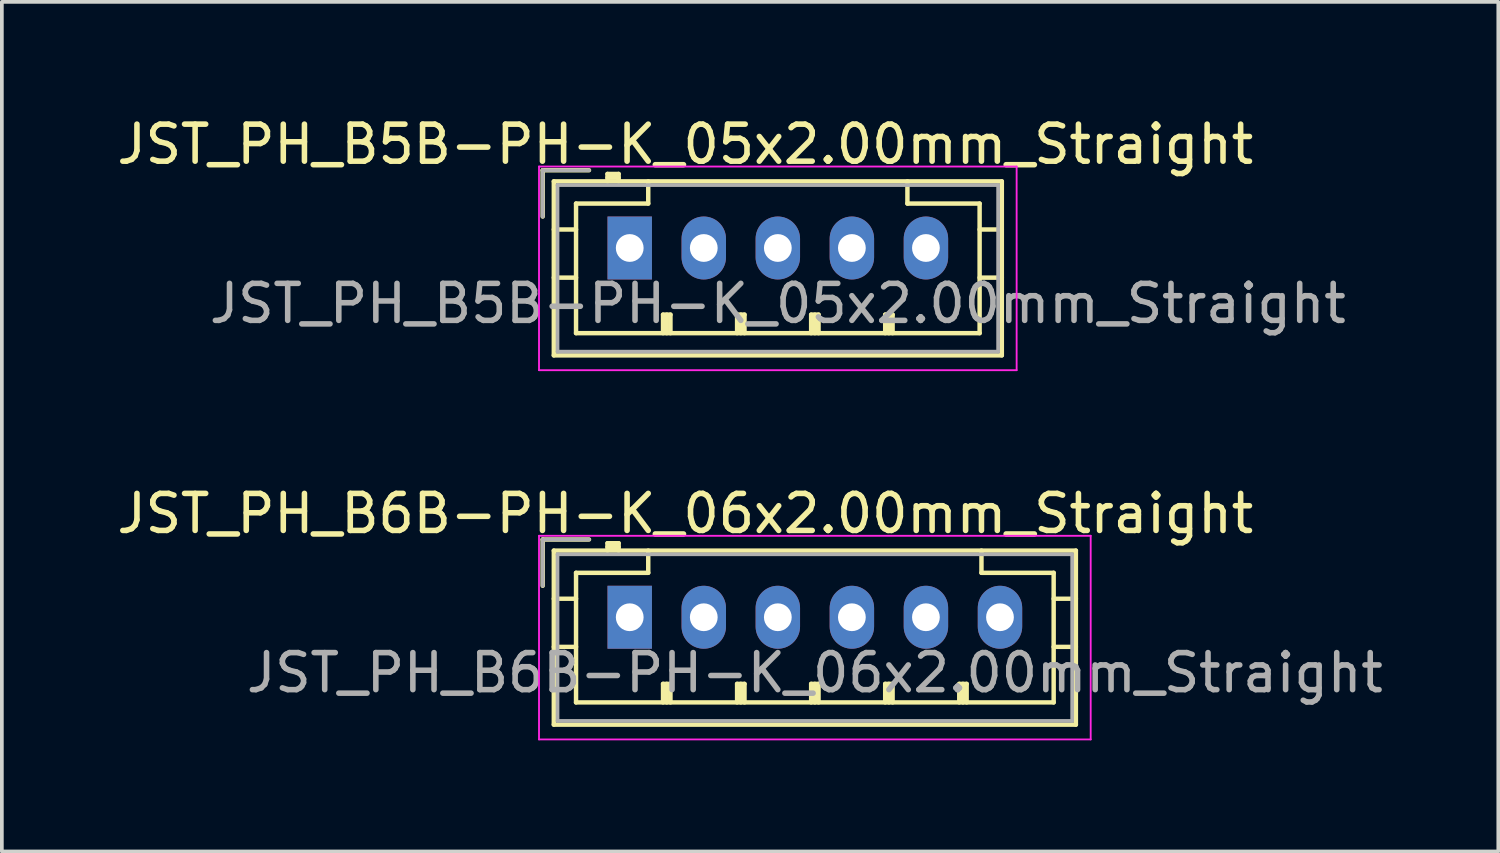
<source format=kicad_pcb>
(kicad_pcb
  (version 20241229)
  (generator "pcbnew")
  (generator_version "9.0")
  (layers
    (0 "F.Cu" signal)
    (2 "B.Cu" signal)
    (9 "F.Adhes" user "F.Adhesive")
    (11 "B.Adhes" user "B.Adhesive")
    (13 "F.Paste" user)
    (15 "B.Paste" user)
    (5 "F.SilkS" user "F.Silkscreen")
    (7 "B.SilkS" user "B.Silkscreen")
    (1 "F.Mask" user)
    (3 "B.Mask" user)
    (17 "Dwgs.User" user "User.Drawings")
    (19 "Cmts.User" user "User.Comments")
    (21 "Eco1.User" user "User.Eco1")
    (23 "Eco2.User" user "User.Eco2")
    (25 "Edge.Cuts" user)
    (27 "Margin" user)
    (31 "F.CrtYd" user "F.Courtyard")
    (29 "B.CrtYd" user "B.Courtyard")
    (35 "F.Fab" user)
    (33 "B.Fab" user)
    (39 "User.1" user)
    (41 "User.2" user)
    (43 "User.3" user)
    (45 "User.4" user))
  (footprint "JST_PH_B6B-PH-K_06x2.00mm_Straight"
    (layer "F.Cu")
    (at 13.958 13.621)
    (property "Reference" "JST_PH_B6B-PH-K_06x2.00mm_Straight" (at 1.5 -2.8 0) (layer "F.SilkS") (effects (font (size 1 1) (thickness 0.15))))
    (attr through_hole)
    (fp_line (start -2.35 -2.1) (end -2.35 -0.85) (stroke (width 0.12) (type solid)) (layer "F.SilkS"))
    (fp_line (start -2.05 -1.8) (end -2.05 2.9) (stroke (width 0.12) (type solid)) (layer "F.SilkS"))
    (fp_line (start -2.05 -0.5) (end -1.45 -0.5) (stroke (width 0.12) (type solid)) (layer "F.SilkS"))
    (fp_line (start -2.05 0.8) (end -1.45 0.8) (stroke (width 0.12) (type solid)) (layer "F.SilkS"))
    (fp_line (start -2.05 2.9) (end 12.05 2.9) (stroke (width 0.12) (type solid)) (layer "F.SilkS"))
    (fp_line (start -1.45 -1.2) (end -1.45 2.3) (stroke (width 0.12) (type solid)) (layer "F.SilkS"))
    (fp_line (start -1.45 2.3) (end 11.45 2.3) (stroke (width 0.12) (type solid)) (layer "F.SilkS"))
    (fp_line (start -1.1 -2.1) (end -2.35 -2.1) (stroke (width 0.12) (type solid)) (layer "F.SilkS"))
    (fp_line (start -0.6 -2) (end -0.6 -1.8) (stroke (width 0.12) (type solid)) (layer "F.SilkS"))
    (fp_line (start -0.3 -2) (end -0.6 -2) (stroke (width 0.12) (type solid)) (layer "F.SilkS"))
    (fp_line (start -0.3 -1.9) (end -0.6 -1.9) (stroke (width 0.12) (type solid)) (layer "F.SilkS"))
    (fp_line (start -0.3 -1.8) (end -0.3 -2) (stroke (width 0.12) (type solid)) (layer "F.SilkS"))
    (fp_line (start 0.5 -1.8) (end 0.5 -1.2) (stroke (width 0.12) (type solid)) (layer "F.SilkS"))
    (fp_line (start 0.5 -1.2) (end -1.45 -1.2) (stroke (width 0.12) (type solid)) (layer "F.SilkS"))
    (fp_line (start 0.9 1.8) (end 1.1 1.8) (stroke (width 0.12) (type solid)) (layer "F.SilkS"))
    (fp_line (start 0.9 2.3) (end 0.9 1.8) (stroke (width 0.12) (type solid)) (layer "F.SilkS"))
    (fp_line (start 1 2.3) (end 1 1.8) (stroke (width 0.12) (type solid)) (layer "F.SilkS"))
    (fp_line (start 1.1 1.8) (end 1.1 2.3) (stroke (width 0.12) (type solid)) (layer "F.SilkS"))
    (fp_line (start 2.9 1.8) (end 3.1 1.8) (stroke (width 0.12) (type solid)) (layer "F.SilkS"))
    (fp_line (start 2.9 2.3) (end 2.9 1.8) (stroke (width 0.12) (type solid)) (layer "F.SilkS"))
    (fp_line (start 3 2.3) (end 3 1.8) (stroke (width 0.12) (type solid)) (layer "F.SilkS"))
    (fp_line (start 3.1 1.8) (end 3.1 2.3) (stroke (width 0.12) (type solid)) (layer "F.SilkS"))
    (fp_line (start 4.9 1.8) (end 5.1 1.8) (stroke (width 0.12) (type solid)) (layer "F.SilkS"))
    (fp_line (start 4.9 2.3) (end 4.9 1.8) (stroke (width 0.12) (type solid)) (layer "F.SilkS"))
    (fp_line (start 5 2.3) (end 5 1.8) (stroke (width 0.12) (type solid)) (layer "F.SilkS"))
    (fp_line (start 5.1 1.8) (end 5.1 2.3) (stroke (width 0.12) (type solid)) (layer "F.SilkS"))
    (fp_line (start 6.9 1.8) (end 7.1 1.8) (stroke (width 0.12) (type solid)) (layer "F.SilkS"))
    (fp_line (start 6.9 2.3) (end 6.9 1.8) (stroke (width 0.12) (type solid)) (layer "F.SilkS"))
    (fp_line (start 7 2.3) (end 7 1.8) (stroke (width 0.12) (type solid)) (layer "F.SilkS"))
    (fp_line (start 7.1 1.8) (end 7.1 2.3) (stroke (width 0.12) (type solid)) (layer "F.SilkS"))
    (fp_line (start 8.9 1.8) (end 9.1 1.8) (stroke (width 0.12) (type solid)) (layer "F.SilkS"))
    (fp_line (start 8.9 2.3) (end 8.9 1.8) (stroke (width 0.12) (type solid)) (layer "F.SilkS"))
    (fp_line (start 9 2.3) (end 9 1.8) (stroke (width 0.12) (type solid)) (layer "F.SilkS"))
    (fp_line (start 9.1 1.8) (end 9.1 2.3) (stroke (width 0.12) (type solid)) (layer "F.SilkS"))
    (fp_line (start 9.5 -1.2) (end 9.5 -1.8) (stroke (width 0.12) (type solid)) (layer "F.SilkS"))
    (fp_line (start 11.45 -1.2) (end 9.5 -1.2) (stroke (width 0.12) (type solid)) (layer "F.SilkS"))
    (fp_line (start 11.45 2.3) (end 11.45 -1.2) (stroke (width 0.12) (type solid)) (layer "F.SilkS"))
    (fp_line (start 12.05 -1.8) (end -2.05 -1.8) (stroke (width 0.12) (type solid)) (layer "F.SilkS"))
    (fp_line (start 12.05 -0.5) (end 11.45 -0.5) (stroke (width 0.12) (type solid)) (layer "F.SilkS"))
    (fp_line (start 12.05 0.8) (end 11.45 0.8) (stroke (width 0.12) (type solid)) (layer "F.SilkS"))
    (fp_line (start 12.05 2.9) (end 12.05 -1.8) (stroke (width 0.12) (type solid)) (layer "F.SilkS"))
    (fp_line (start -2.45 -2.2) (end -2.45 3.3) (stroke (width 0.05) (type solid)) (layer "F.CrtYd"))
    (fp_line (start -2.45 3.3) (end 12.45 3.3) (stroke (width 0.05) (type solid)) (layer "F.CrtYd"))
    (fp_line (start 12.45 -2.2) (end -2.45 -2.2) (stroke (width 0.05) (type solid)) (layer "F.CrtYd"))
    (fp_line (start 12.45 3.3) (end 12.45 -2.2) (stroke (width 0.05) (type solid)) (layer "F.CrtYd"))
    (fp_line (start -2.35 -2.1) (end -2.35 -0.85) (stroke (width 0.1) (type solid)) (layer "F.Fab"))
    (fp_line (start -1.95 -1.7) (end -1.95 2.8) (stroke (width 0.1) (type solid)) (layer "F.Fab"))
    (fp_line (start -1.95 2.8) (end 11.95 2.8) (stroke (width 0.1) (type solid)) (layer "F.Fab"))
    (fp_line (start -1.1 -2.1) (end -2.35 -2.1) (stroke (width 0.1) (type solid)) (layer "F.Fab"))
    (fp_line (start 11.95 -1.7) (end -1.95 -1.7) (stroke (width 0.1) (type solid)) (layer "F.Fab"))
    (fp_line (start 11.95 2.8) (end 11.95 -1.7) (stroke (width 0.1) (type solid)) (layer "F.Fab"))
    (fp_text user "${REFERENCE}" (at 5 1.5 0) (layer "F.Fab") (effects (font (size 1 1) (thickness 0.15))))
    (pad "1" thru_hole rect (at 0 0) (size 1.2 1.7) (drill 0.75) (layers "*.Cu" "*.Mask"))
    (pad "2" thru_hole oval (at 2 0) (size 1.2 1.7) (drill 0.75) (layers "*.Cu" "*.Mask"))
    (pad "3" thru_hole oval (at 4 0) (size 1.2 1.7) (drill 0.75) (layers "*.Cu" "*.Mask"))
    (pad "4" thru_hole oval (at 6 0) (size 1.2 1.7) (drill 0.75) (layers "*.Cu" "*.Mask"))
    (pad "5" thru_hole oval (at 8 0) (size 1.2 1.7) (drill 0.75) (layers "*.Cu" "*.Mask"))
    (pad "6" thru_hole oval (at 10 0) (size 1.2 1.7) (drill 0.75) (layers "*.Cu" "*.Mask")))
  (footprint "JST_PH_B5B-PH-K_05x2.00mm_Straight"
    (layer "F.Cu")
    (at 13.958 3.648)
    (property "Reference" "JST_PH_B5B-PH-K_05x2.00mm_Straight" (at 1.5 -2.8 0) (layer "F.SilkS") (effects (font (size 1 1) (thickness 0.15))))
    (attr through_hole)
    (fp_line (start -2.35 -2.1) (end -2.35 -0.85) (stroke (width 0.12) (type solid)) (layer "F.SilkS"))
    (fp_line (start -2.05 -1.8) (end -2.05 2.9) (stroke (width 0.12) (type solid)) (layer "F.SilkS"))
    (fp_line (start -2.05 -0.5) (end -1.45 -0.5) (stroke (width 0.12) (type solid)) (layer "F.SilkS"))
    (fp_line (start -2.05 0.8) (end -1.45 0.8) (stroke (width 0.12) (type solid)) (layer "F.SilkS"))
    (fp_line (start -2.05 2.9) (end 10.05 2.9) (stroke (width 0.12) (type solid)) (layer "F.SilkS"))
    (fp_line (start -1.45 -1.2) (end -1.45 2.3) (stroke (width 0.12) (type solid)) (layer "F.SilkS"))
    (fp_line (start -1.45 2.3) (end 9.45 2.3) (stroke (width 0.12) (type solid)) (layer "F.SilkS"))
    (fp_line (start -1.1 -2.1) (end -2.35 -2.1) (stroke (width 0.12) (type solid)) (layer "F.SilkS"))
    (fp_line (start -0.6 -2) (end -0.6 -1.8) (stroke (width 0.12) (type solid)) (layer "F.SilkS"))
    (fp_line (start -0.3 -2) (end -0.6 -2) (stroke (width 0.12) (type solid)) (layer "F.SilkS"))
    (fp_line (start -0.3 -1.9) (end -0.6 -1.9) (stroke (width 0.12) (type solid)) (layer "F.SilkS"))
    (fp_line (start -0.3 -1.8) (end -0.3 -2) (stroke (width 0.12) (type solid)) (layer "F.SilkS"))
    (fp_line (start 0.5 -1.8) (end 0.5 -1.2) (stroke (width 0.12) (type solid)) (layer "F.SilkS"))
    (fp_line (start 0.5 -1.2) (end -1.45 -1.2) (stroke (width 0.12) (type solid)) (layer "F.SilkS"))
    (fp_line (start 0.9 1.8) (end 1.1 1.8) (stroke (width 0.12) (type solid)) (layer "F.SilkS"))
    (fp_line (start 0.9 2.3) (end 0.9 1.8) (stroke (width 0.12) (type solid)) (layer "F.SilkS"))
    (fp_line (start 1 2.3) (end 1 1.8) (stroke (width 0.12) (type solid)) (layer "F.SilkS"))
    (fp_line (start 1.1 1.8) (end 1.1 2.3) (stroke (width 0.12) (type solid)) (layer "F.SilkS"))
    (fp_line (start 2.9 1.8) (end 3.1 1.8) (stroke (width 0.12) (type solid)) (layer "F.SilkS"))
    (fp_line (start 2.9 2.3) (end 2.9 1.8) (stroke (width 0.12) (type solid)) (layer "F.SilkS"))
    (fp_line (start 3 2.3) (end 3 1.8) (stroke (width 0.12) (type solid)) (layer "F.SilkS"))
    (fp_line (start 3.1 1.8) (end 3.1 2.3) (stroke (width 0.12) (type solid)) (layer "F.SilkS"))
    (fp_line (start 4.9 1.8) (end 5.1 1.8) (stroke (width 0.12) (type solid)) (layer "F.SilkS"))
    (fp_line (start 4.9 2.3) (end 4.9 1.8) (stroke (width 0.12) (type solid)) (layer "F.SilkS"))
    (fp_line (start 5 2.3) (end 5 1.8) (stroke (width 0.12) (type solid)) (layer "F.SilkS"))
    (fp_line (start 5.1 1.8) (end 5.1 2.3) (stroke (width 0.12) (type solid)) (layer "F.SilkS"))
    (fp_line (start 6.9 1.8) (end 7.1 1.8) (stroke (width 0.12) (type solid)) (layer "F.SilkS"))
    (fp_line (start 6.9 2.3) (end 6.9 1.8) (stroke (width 0.12) (type solid)) (layer "F.SilkS"))
    (fp_line (start 7 2.3) (end 7 1.8) (stroke (width 0.12) (type solid)) (layer "F.SilkS"))
    (fp_line (start 7.1 1.8) (end 7.1 2.3) (stroke (width 0.12) (type solid)) (layer "F.SilkS"))
    (fp_line (start 7.5 -1.2) (end 7.5 -1.8) (stroke (width 0.12) (type solid)) (layer "F.SilkS"))
    (fp_line (start 9.45 -1.2) (end 7.5 -1.2) (stroke (width 0.12) (type solid)) (layer "F.SilkS"))
    (fp_line (start 9.45 2.3) (end 9.45 -1.2) (stroke (width 0.12) (type solid)) (layer "F.SilkS"))
    (fp_line (start 10.05 -1.8) (end -2.05 -1.8) (stroke (width 0.12) (type solid)) (layer "F.SilkS"))
    (fp_line (start 10.05 -0.5) (end 9.45 -0.5) (stroke (width 0.12) (type solid)) (layer "F.SilkS"))
    (fp_line (start 10.05 0.8) (end 9.45 0.8) (stroke (width 0.12) (type solid)) (layer "F.SilkS"))
    (fp_line (start 10.05 2.9) (end 10.05 -1.8) (stroke (width 0.12) (type solid)) (layer "F.SilkS"))
    (fp_line (start -2.45 -2.2) (end -2.45 3.3) (stroke (width 0.05) (type solid)) (layer "F.CrtYd"))
    (fp_line (start -2.45 3.3) (end 10.45 3.3) (stroke (width 0.05) (type solid)) (layer "F.CrtYd"))
    (fp_line (start 10.45 -2.2) (end -2.45 -2.2) (stroke (width 0.05) (type solid)) (layer "F.CrtYd"))
    (fp_line (start 10.45 3.3) (end 10.45 -2.2) (stroke (width 0.05) (type solid)) (layer "F.CrtYd"))
    (fp_line (start -2.35 -2.1) (end -2.35 -0.85) (stroke (width 0.1) (type solid)) (layer "F.Fab"))
    (fp_line (start -1.95 -1.7) (end -1.95 2.8) (stroke (width 0.1) (type solid)) (layer "F.Fab"))
    (fp_line (start -1.95 2.8) (end 9.95 2.8) (stroke (width 0.1) (type solid)) (layer "F.Fab"))
    (fp_line (start -1.1 -2.1) (end -2.35 -2.1) (stroke (width 0.1) (type solid)) (layer "F.Fab"))
    (fp_line (start 9.95 -1.7) (end -1.95 -1.7) (stroke (width 0.1) (type solid)) (layer "F.Fab"))
    (fp_line (start 9.95 2.8) (end 9.95 -1.7) (stroke (width 0.1) (type solid)) (layer "F.Fab"))
    (fp_text user "${REFERENCE}" (at 4 1.5 0) (layer "F.Fab") (effects (font (size 1 1) (thickness 0.15))))
    (pad "1" thru_hole rect (at 0 0) (size 1.2 1.7) (drill 0.75) (layers "*.Cu" "*.Mask"))
    (pad "2" thru_hole oval (at 2 0) (size 1.2 1.7) (drill 0.75) (layers "*.Cu" "*.Mask"))
    (pad "3" thru_hole oval (at 4 0) (size 1.2 1.7) (drill 0.75) (layers "*.Cu" "*.Mask"))
    (pad "4" thru_hole oval (at 6 0) (size 1.2 1.7) (drill 0.75) (layers "*.Cu" "*.Mask"))
    (pad "5" thru_hole oval (at 8 0) (size 1.2 1.7) (drill 0.75) (layers "*.Cu" "*.Mask")))
  (gr_rect
    (start -3 -3)
    (end 37.417 19.947)
    (stroke (width 0.1) (type default))
    (fill no)
    (layer "Edge.Cuts")))
</source>
